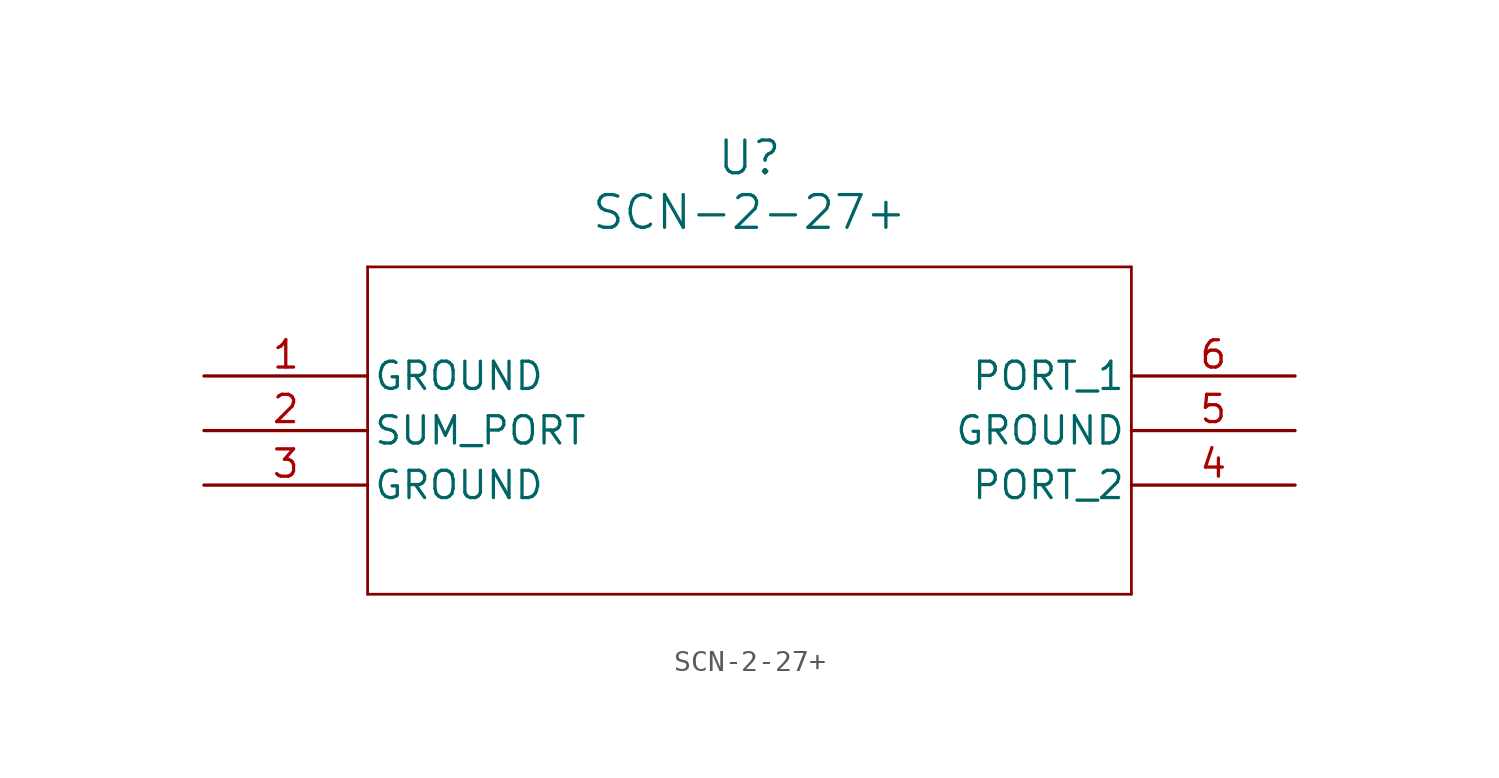
<source format=kicad_sym>
(kicad_symbol_lib
  (version 20211014)
  (generator kicad_symbol_editor)
  (symbol "SCN-2-27+"
    (pin_names
      (offset 0.254))
    (property "Reference" "U"
      (at 25.4 10.16 0)
      (effects (font (size 1.524 1.524))))
    (property "Value" "SCN-2-27+"
      (at 25.4 7.62 0)
      (effects (font (size 1.524 1.524))))
    (symbol "SCN-2-27+_0_1"
      (polyline (pts (xy 7.62 5.08) (xy 7.62 -10.16)) (stroke (width 0.127) (type default) (color 0 0 0 0)) (fill (type none)))
      (polyline (pts (xy 7.62 -10.16) (xy 43.18 -10.16)) (stroke (width 0.127) (type default) (color 0 0 0 0)) (fill (type none)))
      (polyline (pts (xy 43.18 -10.16) (xy 43.18 5.08)) (stroke (width 0.127) (type default) (color 0 0 0 0)) (fill (type none)))
      (polyline (pts (xy 43.18 5.08) (xy 7.62 5.08)) (stroke (width 0.127) (type default) (color 0 0 0 0)) (fill (type none)))
      (pin unspecified line (at 0 0 0) (length 7.62) (name "GROUND" (effects (font (size 1.27 1.27)))) (number "1" (effects (font (size 1.27 1.27)))))
      (pin unspecified line (at 0 -2.54 0) (length 7.62) (name "SUM_PORT" (effects (font (size 1.27 1.27)))) (number "2" (effects (font (size 1.27 1.27)))))
      (pin unspecified line (at 0 -5.08 0) (length 7.62) (name "GROUND" (effects (font (size 1.27 1.27)))) (number "3" (effects (font (size 1.27 1.27)))))
      (pin unspecified line (at 50.8 -5.08 180) (length 7.62) (name "PORT_2" (effects (font (size 1.27 1.27)))) (number "4" (effects (font (size 1.27 1.27)))))
      (pin unspecified line (at 50.8 -2.54 180) (length 7.62) (name "GROUND" (effects (font (size 1.27 1.27)))) (number "5" (effects (font (size 1.27 1.27)))))
      (pin unspecified line (at 50.8 0 180) (length 7.62) (name "PORT_1" (effects (font (size 1.27 1.27)))) (number "6" (effects (font (size 1.27 1.27))))))))
</source>
